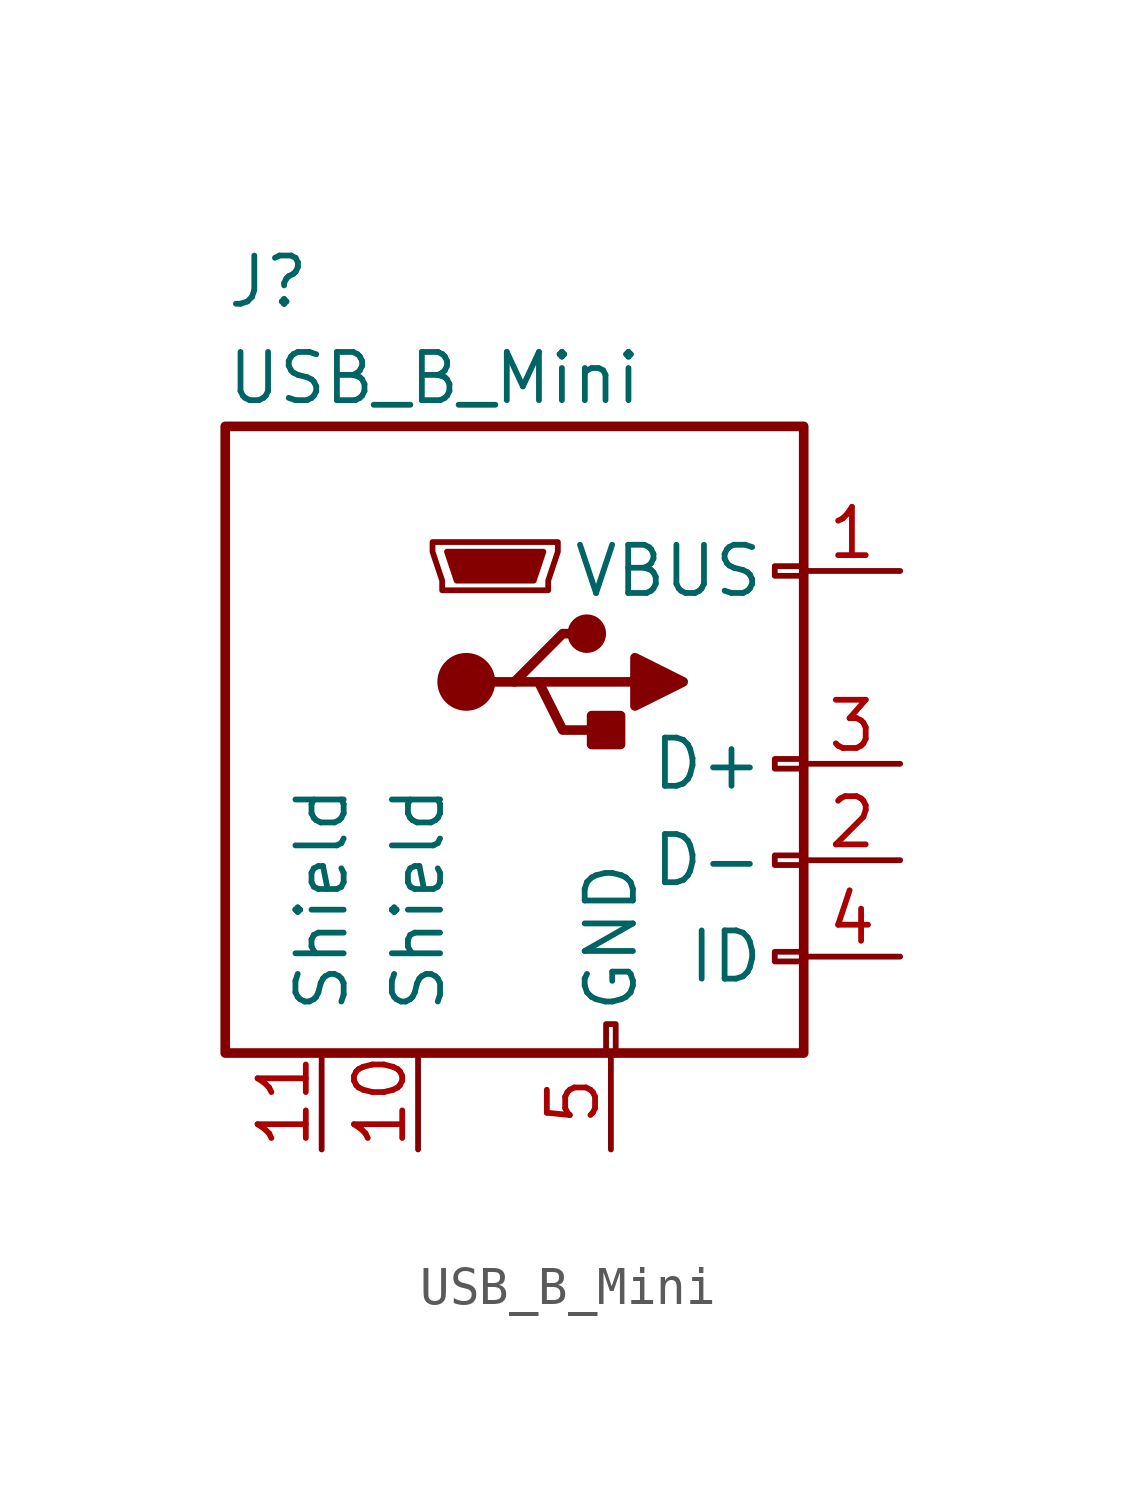
<source format=kicad_sym>
(kicad_symbol_lib
  (version 20211014)
  (generator kicad_symbol_editor)
  (symbol "USB_B_Mini"
    (pin_names
      (offset 1.016))
    (property "Reference" "J"
      (at -10.16 12.7 0)
      (effects (font (size 1.27 1.27)) (justify left)))
    (property "Value" "USB_B_Mini"
      (at -10.16 10.16 0)
      (effects (font (size 1.27 1.27)) (justify left)))
    (symbol "USB_B_Mini_0_1"
      (rectangle (start -10.16 -7.62) (end 5.08 8.89) (stroke (width 0.254) (type default)) (fill (type none)))
      (circle (center -3.81 2.159) (radius 0.635) (stroke (width 0.254) (type default)) (fill (type outline)))
      (circle (center -0.635 3.429) (radius 0.381) (stroke (width 0.254) (type default)) (fill (type outline)))
      (rectangle (start -0.127 -7.62) (end 0.127 -6.858) (stroke (width 0) (type default)) (fill (type none)))
      (polyline (pts (xy -1.905 2.159) (xy 0.635 2.159)) (stroke (width 0.254) (type default)) (fill (type none)))
      (polyline (pts (xy -3.175 2.159) (xy -2.54 2.159) (xy -1.27 3.429) (xy -0.635 3.429)) (stroke (width 0.254) (type default)) (fill (type none)))
      (polyline (pts (xy -2.54 2.159) (xy -1.905 2.159) (xy -1.27 0.889) (xy 0 0.889)) (stroke (width 0.254) (type default)) (fill (type none)))
      (polyline (pts (xy 0.635 2.794) (xy 0.635 1.524) (xy 1.905 2.159) (xy 0.635 2.794)) (stroke (width 0.254) (type default)) (fill (type outline)))
      (polyline (pts (xy -4.318 5.588) (xy -1.778 5.588) (xy -2.032 4.826) (xy -4.064 4.826) (xy -4.318 5.588)) (stroke (width 0) (type default)) (fill (type outline)))
      (polyline (pts (xy -4.699 5.842) (xy -4.699 5.588) (xy -4.445 4.826) (xy -4.445 4.572) (xy -1.651 4.572) (xy -1.651 4.826) (xy -1.397 5.588) (xy -1.397 5.842) (xy -4.699 5.842)) (stroke (width 0) (type default)) (fill (type none)))
      (rectangle (start 0.254 1.27) (end -0.508 0.508) (stroke (width 0.254) (type default)) (fill (type outline)))
      (rectangle (start 5.08 -5.207) (end 4.318 -4.953) (stroke (width 0) (type default)) (fill (type none)))
      (rectangle (start 5.08 -2.667) (end 4.318 -2.413) (stroke (width 0) (type default)) (fill (type none)))
      (rectangle (start 5.08 -0.127) (end 4.318 0.127) (stroke (width 0) (type default)) (fill (type none)))
      (rectangle (start 5.08 4.953) (end 4.318 5.207) (stroke (width 0) (type default)) (fill (type none))))
    (symbol "USB_B_Mini_1_1"
      (pin power_out line (at 7.62 5.08 180) (length 2.54) (name "VBUS" (effects (font (size 1.27 1.27)))) (number "1" (effects (font (size 1.27 1.27)))))
      (pin passive line (at -5.08 -10.16 90) (length 2.54) (name "Shield" (effects (font (size 1.27 1.27)))) (number "10" (effects (font (size 1.27 1.27)))))
      (pin passive line (at -7.62 -10.16 90) (length 2.54) (name "Shield" (effects (font (size 1.27 1.27)))) (number "11" (effects (font (size 1.27 1.27)))))
      (pin bidirectional line (at 7.62 -2.54 180) (length 2.54) (name "D-" (effects (font (size 1.27 1.27)))) (number "2" (effects (font (size 1.27 1.27)))))
      (pin bidirectional line (at 7.62 0 180) (length 2.54) (name "D+" (effects (font (size 1.27 1.27)))) (number "3" (effects (font (size 1.27 1.27)))))
      (pin passive line (at 7.62 -5.08 180) (length 2.54) (name "ID" (effects (font (size 1.27 1.27)))) (number "4" (effects (font (size 1.27 1.27)))))
      (pin power_out line (at 0 -10.16 90) (length 2.54) (name "GND" (effects (font (size 1.27 1.27)))) (number "5" (effects (font (size 1.27 1.27))))))))
</source>
